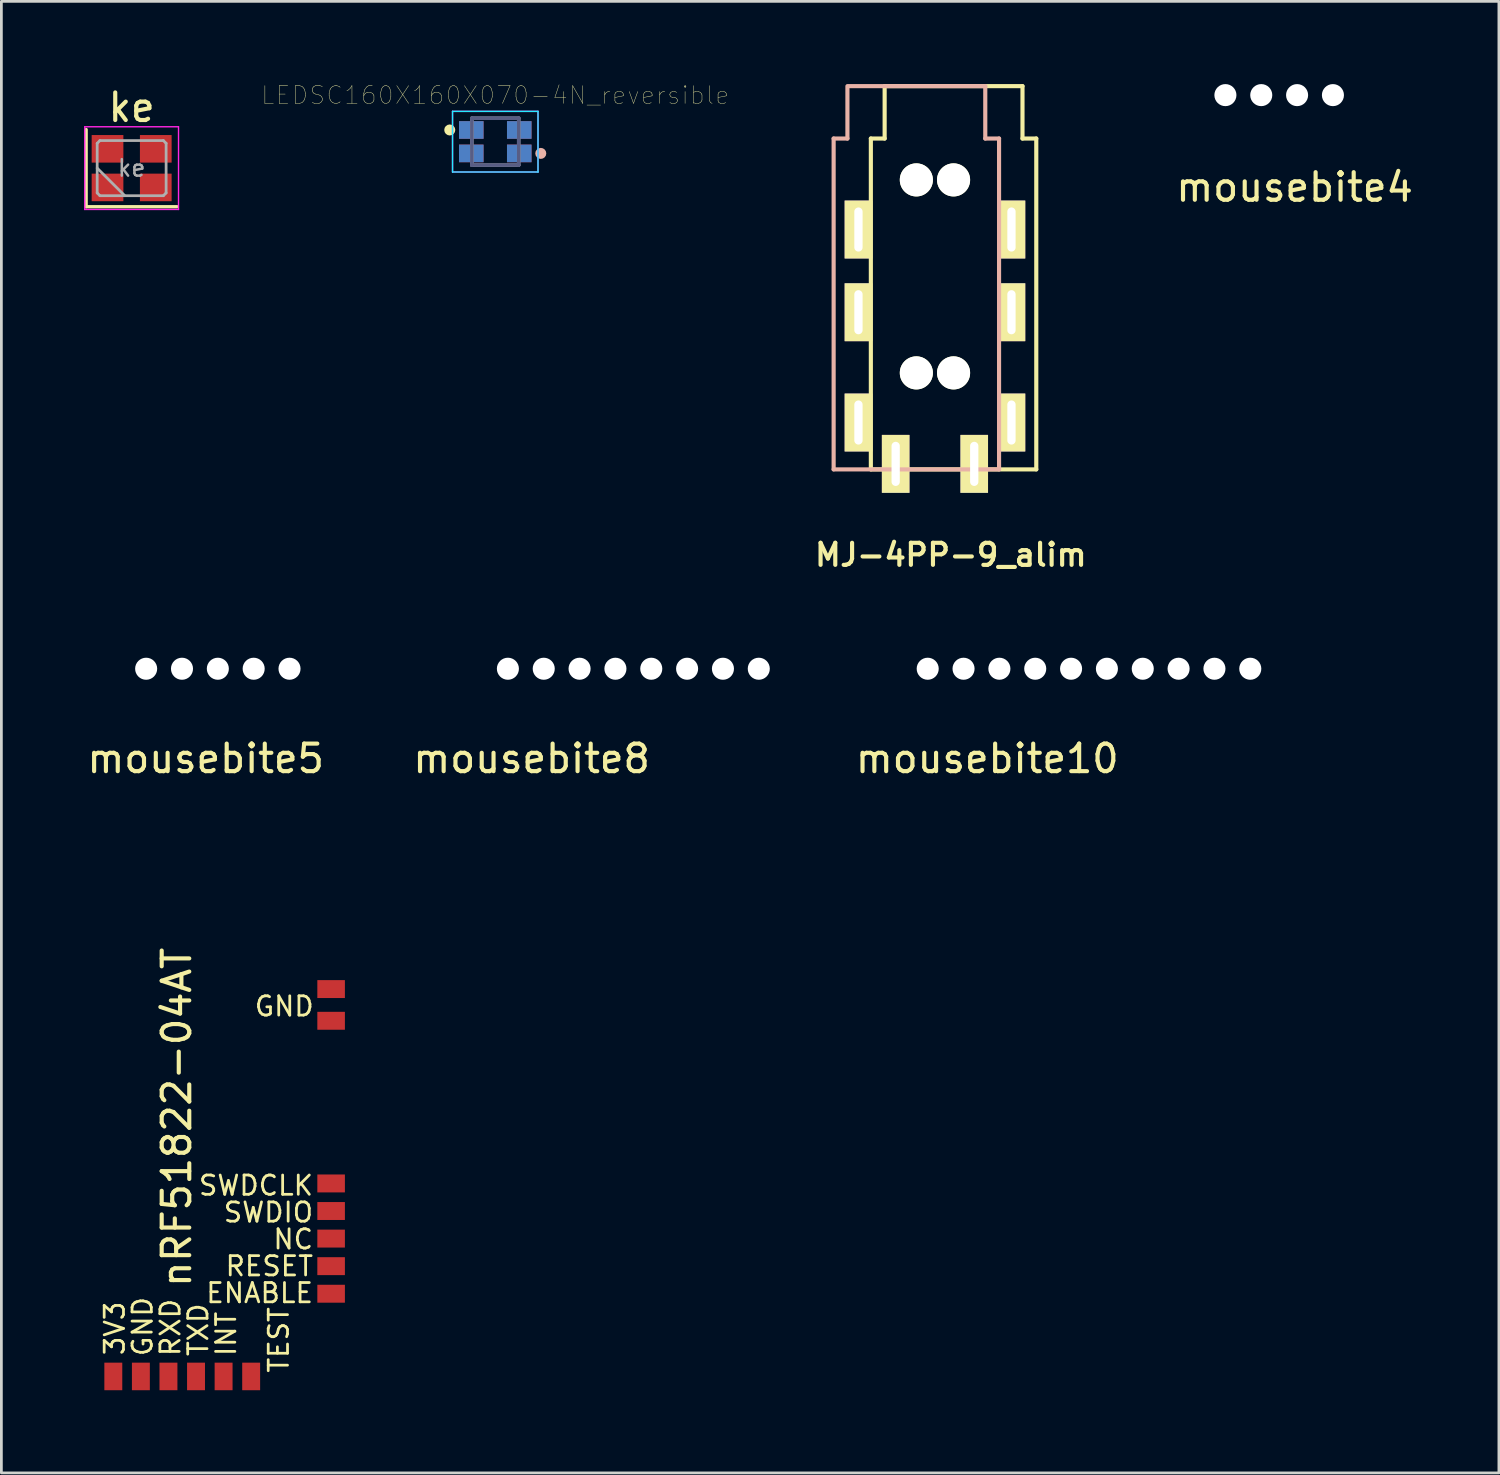
<source format=kicad_pcb>
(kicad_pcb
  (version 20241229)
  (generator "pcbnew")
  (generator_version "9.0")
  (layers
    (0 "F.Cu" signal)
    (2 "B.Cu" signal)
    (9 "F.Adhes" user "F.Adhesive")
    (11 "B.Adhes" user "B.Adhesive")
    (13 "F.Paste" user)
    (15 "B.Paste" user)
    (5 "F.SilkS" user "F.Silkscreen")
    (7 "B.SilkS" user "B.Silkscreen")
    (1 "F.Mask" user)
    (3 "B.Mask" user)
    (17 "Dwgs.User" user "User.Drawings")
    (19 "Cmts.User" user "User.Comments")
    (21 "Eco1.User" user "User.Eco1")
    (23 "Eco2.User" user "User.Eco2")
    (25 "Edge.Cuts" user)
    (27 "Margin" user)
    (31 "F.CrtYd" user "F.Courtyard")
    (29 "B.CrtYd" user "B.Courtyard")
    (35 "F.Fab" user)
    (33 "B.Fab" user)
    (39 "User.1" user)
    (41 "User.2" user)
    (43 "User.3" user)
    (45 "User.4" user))
  (footprint "LEDSC160X160X070-4N_reversible"
    (layer "F.Cu")
    (at 14.914 2.089)
    (property "Reference" "LEDSC160X160X070-4N_reversible" (at -0.000008 -1.686 0) (layer "F.SilkS") (effects (font (size 0.644 0.644) (thickness 0.015))))
    (attr through_hole)
    (fp_circle (center -1.651 -0.425) (end -1.551 -0.425) (stroke (width 0.2) (type solid)) (fill no) (layer "F.SilkS"))
    (fp_circle (center 1.651 0.425) (end 1.751 0.425) (stroke (width 0.2) (type solid)) (fill no) (layer "B.SilkS"))
    (fp_line (start -1.55 -1.1) (end 1.55 -1.1) (stroke (width 0.05) (type solid)) (layer "B.CrtYd"))
    (fp_line (start -1.55 1.1) (end -1.55 -1.1) (stroke (width 0.05) (type solid)) (layer "B.CrtYd"))
    (fp_line (start 1.55 -1.1) (end 1.55 1.1) (stroke (width 0.05) (type solid)) (layer "B.CrtYd"))
    (fp_line (start 1.55 1.1) (end -1.55 1.1) (stroke (width 0.05) (type solid)) (layer "B.CrtYd"))
    (fp_line (start -1.55 -1.1) (end 1.55 -1.1) (stroke (width 0.05) (type solid)) (layer "F.CrtYd"))
    (fp_line (start -1.55 1.1) (end -1.55 -1.1) (stroke (width 0.05) (type solid)) (layer "F.CrtYd"))
    (fp_line (start 1.55 -1.1) (end 1.55 1.1) (stroke (width 0.05) (type solid)) (layer "F.CrtYd"))
    (fp_line (start 1.55 1.1) (end -1.55 1.1) (stroke (width 0.05) (type solid)) (layer "F.CrtYd"))
    (fp_line (start -0.85 -0.85) (end 0.85 -0.85) (stroke (width 0.127) (type solid)) (layer "B.Fab"))
    (fp_line (start -0.85 0.85) (end -0.85 -0.85) (stroke (width 0.127) (type solid)) (layer "B.Fab"))
    (fp_line (start 0.85 -0.85) (end -0.85 -0.85) (stroke (width 0.127) (type solid)) (layer "B.Fab"))
    (fp_line (start 0.85 0.85) (end -0.85 0.85) (stroke (width 0.127) (type solid)) (layer "B.Fab"))
    (fp_line (start 0.85 0.85) (end 0.85 -0.85) (stroke (width 0.127) (type solid)) (layer "B.Fab"))
    (fp_line (start -0.85 -0.85) (end 0.85 -0.85) (stroke (width 0.127) (type solid)) (layer "F.Fab"))
    (fp_line (start -0.85 0.85) (end -0.85 -0.85) (stroke (width 0.127) (type solid)) (layer "F.Fab"))
    (fp_line (start 0.85 -0.85) (end 0.85 0.85) (stroke (width 0.127) (type solid)) (layer "F.Fab"))
    (fp_line (start 0.85 0.85) (end -0.85 0.85) (stroke (width 0.127) (type solid)) (layer "F.Fab"))
    (pad "1" smd rect (at -0.87 -0.425) (size 0.89 0.64) (layers "F.Cu" "F.Mask" "F.Paste"))
    (pad "1" smd rect (at -0.87 0.425) (size 0.89 0.64) (layers "B.Cu" "B.Mask" "B.Paste"))
    (pad "2" smd rect (at 0.87 -0.425) (size 0.89 0.64) (layers "F.Cu" "F.Mask" "F.Paste"))
    (pad "2" smd rect (at 0.87 0.425) (size 0.89 0.64) (layers "B.Cu" "B.Mask" "B.Paste"))
    (pad "3" smd rect (at 0.87 -0.425) (size 0.89 0.64) (layers "B.Cu" "B.Mask" "B.Paste"))
    (pad "3" smd rect (at 0.87 0.425) (size 0.89 0.64) (layers "F.Cu" "F.Mask" "F.Paste"))
    (pad "4" smd rect (at -0.87 -0.425) (size 0.89 0.64) (layers "B.Cu" "B.Mask" "B.Paste"))
    (pad "4" smd rect (at -0.87 0.425) (size 0.89 0.64) (layers "F.Cu" "F.Mask" "F.Paste")))
  (footprint "mousebite4"
    (layer "F.Cu")
    (at 43.907 3.24)
    (property "Reference" "mousebite4" (at 0 0.5 0) (layer "F.SilkS") (effects (font (size 1 1) (thickness 0.15))))
    (attr through_hole)
    (pad "" np_thru_hole circle (at -2.51 -2.84) (size 0.8 0.8) (drill 0.8) (layers "*.Cu" "*.Mask"))
    (pad "" np_thru_hole circle (at -1.21 -2.84) (size 0.8 0.8) (drill 0.8) (layers "*.Cu" "*.Mask"))
    (pad "" np_thru_hole circle (at 0.09 -2.84) (size 0.8 0.8) (drill 0.8) (layers "*.Cu" "*.Mask"))
    (pad "" np_thru_hole circle (at 1.39 -2.84) (size 0.8 0.8) (drill 0.8) (layers "*.Cu" "*.Mask")))
  (footprint "mousebite10"
    (layer "F.Cu")
    (at 32.759 23.966)
    (property "Reference" "mousebite10" (at 0 0.5 0) (layer "F.SilkS") (effects (font (size 1 1) (thickness 0.15))))
    (attr through_hole)
    (pad "" np_thru_hole circle (at -2.16 -2.76) (size 0.8 0.8) (drill 0.8) (layers "*.Cu" "*.Mask"))
    (pad "" np_thru_hole circle (at -0.86 -2.76) (size 0.8 0.8) (drill 0.8) (layers "*.Cu" "*.Mask"))
    (pad "" np_thru_hole circle (at 0.44 -2.76) (size 0.8 0.8) (drill 0.8) (layers "*.Cu" "*.Mask"))
    (pad "" np_thru_hole circle (at 1.74 -2.76) (size 0.8 0.8) (drill 0.8) (layers "*.Cu" "*.Mask"))
    (pad "" np_thru_hole circle (at 3.04 -2.76) (size 0.8 0.8) (drill 0.8) (layers "*.Cu" "*.Mask"))
    (pad "" np_thru_hole circle (at 4.34 -2.76) (size 0.8 0.8) (drill 0.8) (layers "*.Cu" "*.Mask"))
    (pad "" np_thru_hole circle (at 5.64 -2.76) (size 0.8 0.8) (drill 0.8) (layers "*.Cu" "*.Mask"))
    (pad "" np_thru_hole circle (at 6.94 -2.76) (size 0.8 0.8) (drill 0.8) (layers "*.Cu" "*.Mask"))
    (pad "" np_thru_hole circle (at 8.24 -2.76) (size 0.8 0.8) (drill 0.8) (layers "*.Cu" "*.Mask"))
    (pad "" np_thru_hole circle (at 9.54 -2.76) (size 0.8 0.8) (drill 0.8) (layers "*.Cu" "*.Mask")))
  (footprint "mousebite8"
    (layer "F.Cu")
    (at 16.232 23.966)
    (property "Reference" "mousebite8" (at 0 0.5 0) (layer "F.SilkS") (effects (font (size 1 1) (thickness 0.15))))
    (attr through_hole)
    (pad "" np_thru_hole circle (at -0.86 -2.76) (size 0.8 0.8) (drill 0.8) (layers "*.Cu" "*.Mask"))
    (pad "" np_thru_hole circle (at 0.44 -2.76) (size 0.8 0.8) (drill 0.8) (layers "*.Cu" "*.Mask"))
    (pad "" np_thru_hole circle (at 1.74 -2.76) (size 0.8 0.8) (drill 0.8) (layers "*.Cu" "*.Mask"))
    (pad "" np_thru_hole circle (at 3.04 -2.76) (size 0.8 0.8) (drill 0.8) (layers "*.Cu" "*.Mask"))
    (pad "" np_thru_hole circle (at 4.34 -2.76) (size 0.8 0.8) (drill 0.8) (layers "*.Cu" "*.Mask"))
    (pad "" np_thru_hole circle (at 5.64 -2.76) (size 0.8 0.8) (drill 0.8) (layers "*.Cu" "*.Mask"))
    (pad "" np_thru_hole circle (at 6.94 -2.76) (size 0.8 0.8) (drill 0.8) (layers "*.Cu" "*.Mask"))
    (pad "" np_thru_hole circle (at 8.24 -2.76) (size 0.8 0.8) (drill 0.8) (layers "*.Cu" "*.Mask")))
  (footprint "ke"
    (layer "F.Cu")
    (at 1.725 3.048)
    (property "Reference" "ke" (at 0 -2.2 0) (layer "F.SilkS") (effects (font (size 1 1) (thickness 0.15))))
    (attr smd)
    (fp_line (start -1.65 -1.4) (end -1.65 1.4) (stroke (width 0.12) (type solid)) (layer "F.SilkS"))
    (fp_line (start -1.65 1.4) (end 1.65 1.4) (stroke (width 0.12) (type solid)) (layer "F.SilkS"))
    (fp_line (start -1.7 -1.5) (end -1.7 1.5) (stroke (width 0.05) (type solid)) (layer "F.CrtYd"))
    (fp_line (start -1.7 1.5) (end 1.7 1.5) (stroke (width 0.05) (type solid)) (layer "F.CrtYd"))
    (fp_line (start 1.7 -1.5) (end -1.7 -1.5) (stroke (width 0.05) (type solid)) (layer "F.CrtYd"))
    (fp_line (start 1.7 1.5) (end 1.7 -1.5) (stroke (width 0.05) (type solid)) (layer "F.CrtYd"))
    (fp_line (start -1.25 -0.9) (end -1.15 -1) (stroke (width 0.1) (type solid)) (layer "F.Fab"))
    (fp_line (start -1.25 0) (end -0.25 1) (stroke (width 0.1) (type solid)) (layer "F.Fab"))
    (fp_line (start -1.25 0.9) (end -1.25 -0.9) (stroke (width 0.1) (type solid)) (layer "F.Fab"))
    (fp_line (start -1.15 -1) (end 1.15 -1) (stroke (width 0.1) (type solid)) (layer "F.Fab"))
    (fp_line (start -1.15 1) (end -1.25 0.9) (stroke (width 0.1) (type solid)) (layer "F.Fab"))
    (fp_line (start 1.15 -1) (end 1.25 -0.9) (stroke (width 0.1) (type solid)) (layer "F.Fab"))
    (fp_line (start 1.15 1) (end -1.15 1) (stroke (width 0.1) (type solid)) (layer "F.Fab"))
    (fp_line (start 1.25 -0.9) (end 1.25 0.9) (stroke (width 0.1) (type solid)) (layer "F.Fab"))
    (fp_line (start 1.25 0.9) (end 1.15 1) (stroke (width 0.1) (type solid)) (layer "F.Fab"))
    (fp_text user "${REFERENCE}" (at 0 0 0) (layer "F.Fab") (effects (font (size 0.6 0.6) (thickness 0.09))))
    (pad "1" smd rect (at -0.875 0.7) (size 1.15 1) (layers "F.Cu" "F.Mask" "F.Paste"))
    (pad "2" smd rect (at 0.875 0.7) (size 1.15 1) (layers "F.Cu" "F.Mask" "F.Paste"))
    (pad "3" smd rect (at 0.875 -0.7) (size 1.15 1) (layers "F.Cu" "F.Mask" "F.Paste"))
    (pad "4" smd rect (at -0.875 -0.7) (size 1.15 1) (layers "F.Cu" "F.Mask" "F.Paste")))
  (footprint "mousebite5"
    (layer "F.Cu")
    (at 4.411 23.966)
    (property "Reference" "mousebite5" (at 0 0.5 0) (layer "F.SilkS") (effects (font (size 1 1) (thickness 0.15))))
    (attr through_hole)
    (pad "" np_thru_hole circle (at -2.16 -2.76) (size 0.8 0.8) (drill 0.8) (layers "*.Cu" "*.Mask"))
    (pad "" np_thru_hole circle (at -0.86 -2.76) (size 0.8 0.8) (drill 0.8) (layers "*.Cu" "*.Mask"))
    (pad "" np_thru_hole circle (at 0.44 -2.76) (size 0.8 0.8) (drill 0.8) (layers "*.Cu" "*.Mask"))
    (pad "" np_thru_hole circle (at 1.74 -2.76) (size 0.8 0.8) (drill 0.8) (layers "*.Cu" "*.Mask"))
    (pad "" np_thru_hole circle (at 3.04 -2.76) (size 0.8 0.8) (drill 0.8) (layers "*.Cu" "*.Mask")))
  (footprint "MJ-4PP-9_alim"
    (layer "F.Cu")
    (at 31.537 1.975)
    (property "Reference" "MJ-4PP-9_alim" (at -0.1 15.1 0) (layer "F.SilkS") (effects (font (size 0.8 0.8) (thickness 0.15))))
    (attr through_hole)
    (fp_line (start -3 0) (end -2.5 0) (stroke (width 0.15) (type solid)) (layer "F.SilkS"))
    (fp_line (start -3 12) (end -3 0) (stroke (width 0.15) (type solid)) (layer "F.SilkS"))
    (fp_line (start -2.5 -1.9) (end 2.5 -1.9) (stroke (width 0.15) (type solid)) (layer "F.SilkS"))
    (fp_line (start -2.5 0) (end -2.5 -1.9) (stroke (width 0.15) (type solid)) (layer "F.SilkS"))
    (fp_line (start 2.5 0) (end 2.5 -1.9) (stroke (width 0.15) (type solid)) (layer "F.SilkS"))
    (fp_line (start 3 0) (end 2.5 0) (stroke (width 0.15) (type solid)) (layer "F.SilkS"))
    (fp_line (start 3 0) (end 3 12) (stroke (width 0.15) (type solid)) (layer "F.SilkS"))
    (fp_line (start 3 12) (end -3 12) (stroke (width 0.15) (type solid)) (layer "F.SilkS"))
    (fp_line (start -4.35 0) (end -3.85 0) (stroke (width 0.15) (type solid)) (layer "B.SilkS"))
    (fp_line (start -4.35 12) (end -4.35 0) (stroke (width 0.15) (type solid)) (layer "B.SilkS"))
    (fp_line (start -3.85 0) (end -3.85 -1.9) (stroke (width 0.15) (type solid)) (layer "B.SilkS"))
    (fp_line (start -3.8 -1.9) (end 1.15 -1.9) (stroke (width 0.15) (type solid)) (layer "B.SilkS"))
    (fp_line (start 1.15 0) (end 1.15 -1.9) (stroke (width 0.15) (type solid)) (layer "B.SilkS"))
    (fp_line (start 1.65 0) (end 1.15 0) (stroke (width 0.15) (type solid)) (layer "B.SilkS"))
    (fp_line (start 1.65 0) (end 1.65 12) (stroke (width 0.15) (type solid)) (layer "B.SilkS"))
    (fp_line (start 1.65 12) (end -4.35 12) (stroke (width 0.15) (type solid)) (layer "B.SilkS"))
    (pad "" np_thru_hole circle (at -1.35 1.5) (size 1.2 1.2) (drill 1.2) (layers "*.Cu" "*.Mask" "F.SilkS"))
    (pad "" np_thru_hole circle (at -1.35 8.5) (size 1.2 1.2) (drill 1.2) (layers "*.Cu" "*.Mask" "F.SilkS"))
    (pad "" np_thru_hole circle (at 0 1.5) (size 1.2 1.2) (drill 1.2) (layers "*.Cu" "*.Mask" "F.SilkS"))
    (pad "" np_thru_hole circle (at 0 8.5) (size 1.2 1.2) (drill 1.2) (layers "*.Cu" "*.Mask" "F.SilkS"))
    (pad "R1" thru_hole rect (at -3.45 6.3) (size 1 2.1) (drill oval 0.3 1.6) (layers "*.Cu" "*.Mask" "F.SilkS"))
    (pad "R1" thru_hole rect (at 2.1 6.3) (size 1 2.1) (drill oval 0.3 1.6) (layers "*.Cu" "*.Mask" "F.SilkS"))
    (pad "R2" thru_hole rect (at -3.45 3.3) (size 1 2.1) (drill oval 0.3 1.6) (layers "*.Cu" "*.Mask" "F.SilkS"))
    (pad "R2" thru_hole rect (at 2.1 3.3) (size 1 2.1) (drill oval 0.3 1.6) (layers "*.Cu" "*.Mask" "F.SilkS"))
    (pad "S" thru_hole rect (at -2.1 11.8) (size 1 2.1) (drill oval 0.3 1.6) (layers "*.Cu" "*.Mask" "F.SilkS"))
    (pad "S" thru_hole rect (at 0.75 11.8) (size 1 2.1) (drill oval 0.3 1.6) (layers "*.Cu" "*.Mask" "F.SilkS"))
    (pad "T" thru_hole rect (at -3.45 10.3) (size 1 2.1) (drill oval 0.3 1.6) (layers "*.Cu" "*.Mask" "F.SilkS"))
    (pad "T" thru_hole rect (at 2.1 10.3) (size 1 2.1) (drill oval 0.3 1.6) (layers "*.Cu" "*.Mask" "F.SilkS")))
  (footprint "nRF51822-04AT"
    (layer "F.Cu")
    (at 4.51 32.825)
    (property "Reference" "nRF51822-04AT" (at -1.15 4.65 90) (layer "F.SilkS") (effects (font (size 1 1) (thickness 0.15))))
    (attr through_hole)
    (fp_line (start -4.45 -4.45) (end -4.45 14.05) (stroke (width 0.12) (type solid)) (layer "Eco2.User"))
    (fp_line (start -4.45 -4.45) (end 4.45 -4.45) (stroke (width 0.12) (type solid)) (layer "Eco2.User"))
    (fp_line (start -4.45 -0.45) (end 4.45 -0.45) (stroke (width 0.12) (type solid)) (layer "Eco2.User"))
    (fp_line (start -4.45 14.05) (end 4.45 14.05) (stroke (width 0.12) (type solid)) (layer "Eco2.User"))
    (fp_line (start 4.45 14.05) (end 4.45 -4.45) (stroke (width 0.12) (type solid)) (layer "Eco2.User"))
    (fp_text user "TXD" (at -0.37 12.358 90) (layer "F.SilkS") (effects (font (size 0.7 0.7) (thickness 0.1))))
    (fp_text user "3V3" (at -3.4 12.308 90) (layer "F.SilkS") (effects (font (size 0.7 0.7) (thickness 0.1))))
    (fp_text user "RXD" (at -1.38 12.275 90) (layer "F.SilkS") (effects (font (size 0.7 0.7) (thickness 0.1))))
    (fp_text user "SWDIO" (at 2.175 8.1 180) (layer "F.SilkS") (effects (font (size 0.7 0.7) (thickness 0.1))))
    (fp_text user "NC" (at 3.075 9.075 180) (layer "F.SilkS") (effects (font (size 0.7 0.7) (thickness 0.1))))
    (fp_text user "TEST" (at 2.55 12.725 270) (layer "F.SilkS") (effects (font (size 0.7 0.7) (thickness 0.1))))
    (fp_text user "ENABLE" (at 1.858 11.025 180) (layer "F.SilkS") (effects (font (size 0.7 0.7) (thickness 0.1))))
    (fp_text user "GND" (at 2.75 0.625 0) (layer "F.SilkS") (effects (font (size 0.7 0.7) (thickness 0.1))))
    (fp_text user "INT" (at 0.64 12.508 90) (layer "F.SilkS") (effects (font (size 0.7 0.7) (thickness 0.1))))
    (fp_text user "SWDCLK" (at 1.725 7.125 180) (layer "F.SilkS") (effects (font (size 0.7 0.7) (thickness 0.1))))
    (fp_text user "GND" (at -2.39 12.242 90) (layer "F.SilkS") (effects (font (size 0.7 0.7) (thickness 0.1))))
    (fp_text user "RESET" (at 2.208 10.05 180) (layer "F.SilkS") (effects (font (size 0.7 0.7) (thickness 0.1))))
    (pad "1" smd rect (at -3.45 14.05) (size 0.65 1) (layers "F.Cu" "F.Mask" "F.Paste"))
    (pad "2" smd rect (at -2.45 14.05) (size 0.65 1) (layers "F.Cu" "F.Mask" "F.Paste"))
    (pad "3" smd rect (at -1.45 14.05) (size 0.65 1) (layers "F.Cu" "F.Mask" "F.Paste"))
    (pad "4" smd rect (at -0.45 14.05) (size 0.65 1) (layers "F.Cu" "F.Mask" "F.Paste"))
    (pad "5" smd rect (at 0.55 14.05) (size 0.65 1) (layers "F.Cu" "F.Mask" "F.Paste"))
    (pad "6" smd rect (at 1.55 14.05) (size 0.65 1) (layers "F.Cu" "F.Mask" "F.Paste"))
    (pad "7" smd rect (at 4.45 11.05) (size 1 0.65) (layers "F.Cu" "F.Mask" "F.Paste"))
    (pad "8" smd rect (at 4.45 10.05) (size 1 0.65) (layers "F.Cu" "F.Mask" "F.Paste"))
    (pad "9" smd rect (at 4.45 9.05) (size 1 0.65) (layers "F.Cu" "F.Mask" "F.Paste"))
    (pad "10" smd rect (at 4.45 8.05) (size 1 0.65) (layers "F.Cu" "F.Mask" "F.Paste"))
    (pad "11" smd rect (at 4.45 7.05) (size 1 0.65) (layers "F.Cu" "F.Mask" "F.Paste"))
    (pad "12" smd rect (at 4.45 1.15) (size 1 0.65) (layers "F.Cu" "F.Mask" "F.Paste"))
    (pad "13" smd rect (at 4.45 0) (size 1 0.65) (layers "F.Cu" "F.Mask" "F.Paste")))
  (gr_rect
    (start -3 -3)
    (end 51.317 50.374)
    (stroke (width 0.1) (type default))
    (fill no)
    (layer "Edge.Cuts")))
</source>
